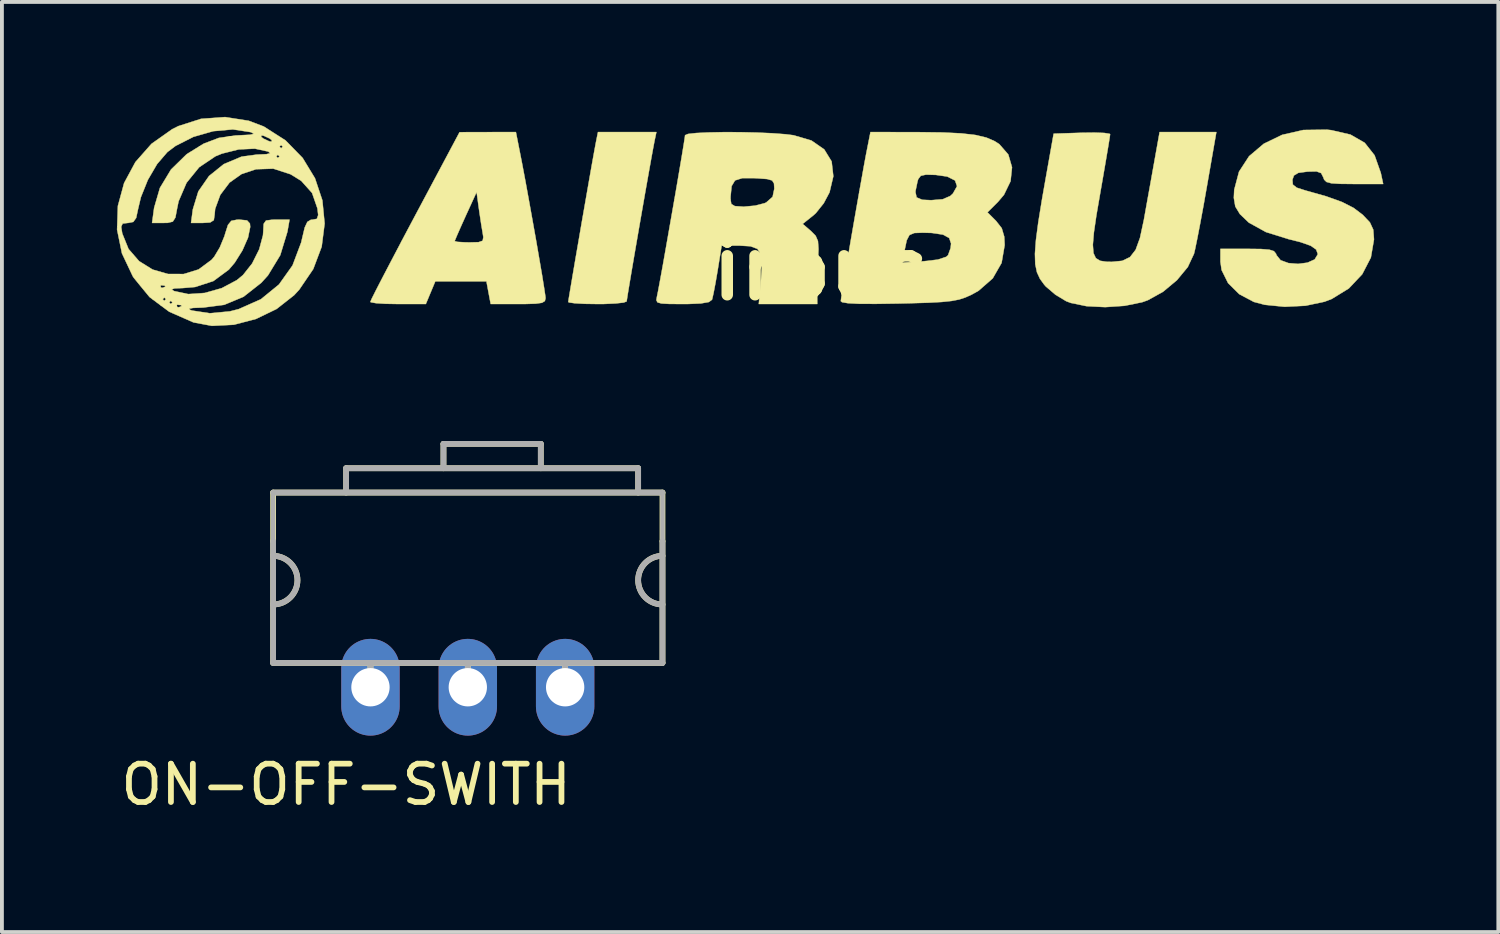
<source format=kicad_pcb>
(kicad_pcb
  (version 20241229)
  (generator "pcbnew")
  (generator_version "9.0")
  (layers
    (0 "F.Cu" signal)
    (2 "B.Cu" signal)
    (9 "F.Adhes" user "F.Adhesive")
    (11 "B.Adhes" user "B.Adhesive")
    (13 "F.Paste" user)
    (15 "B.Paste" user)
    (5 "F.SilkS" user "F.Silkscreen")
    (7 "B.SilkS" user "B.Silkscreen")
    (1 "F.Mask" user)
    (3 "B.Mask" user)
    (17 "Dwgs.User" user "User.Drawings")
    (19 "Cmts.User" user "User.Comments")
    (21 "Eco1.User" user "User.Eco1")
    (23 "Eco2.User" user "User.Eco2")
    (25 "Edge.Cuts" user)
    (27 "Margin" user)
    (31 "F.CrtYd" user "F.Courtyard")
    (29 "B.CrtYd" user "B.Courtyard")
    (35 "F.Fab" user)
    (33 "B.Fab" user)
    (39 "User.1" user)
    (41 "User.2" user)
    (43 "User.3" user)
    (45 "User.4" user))
  (footprint "ON-OFF-SWITH"
    (layer "F.Cu")
    (at 9.157 12.343)
    (property "Reference" "ON-OFF-SWITH" (at -3.175 5.08 0) (layer "F.SilkS") (effects (font (size 1 1) (thickness 0.15))))
    (attr through_hole)
    (fp_line (start -5.08 -2.54) (end -5.08 -1.27) (stroke (width 0.15) (type solid)) (layer "F.SilkS"))
    (fp_line (start -5.08 -2.54) (end 5.08 -2.54) (stroke (width 0.15) (type solid)) (layer "F.SilkS"))
    (fp_line (start -5.08 1.905) (end -5.08 -1.27) (stroke (width 0.15) (type solid)) (layer "F.SilkS"))
    (fp_line (start -5.08 1.905) (end 5.08 1.905) (stroke (width 0.15) (type solid)) (layer "F.SilkS"))
    (fp_line (start -3.175 -3.175) (end 4.445 -3.175) (stroke (width 0.15) (type solid)) (layer "F.SilkS"))
    (fp_line (start -3.175 -2.54) (end -3.175 -3.175) (stroke (width 0.15) (type solid)) (layer "F.SilkS"))
    (fp_line (start -2.54 2.54) (end -2.54 1.905) (stroke (width 0.15) (type solid)) (layer "F.SilkS"))
    (fp_line (start -0.635 -3.81) (end 1.905 -3.81) (stroke (width 0.15) (type solid)) (layer "F.SilkS"))
    (fp_line (start -0.635 -3.175) (end -0.635 -3.81) (stroke (width 0.15) (type solid)) (layer "F.SilkS"))
    (fp_line (start 0 2.54) (end 0 1.905) (stroke (width 0.15) (type solid)) (layer "F.SilkS"))
    (fp_line (start 1.905 -3.81) (end 1.905 -3.175) (stroke (width 0.15) (type solid)) (layer "F.SilkS"))
    (fp_line (start 2.54 2.54) (end 2.54 1.905) (stroke (width 0.15) (type solid)) (layer "F.SilkS"))
    (fp_line (start 4.445 -3.175) (end 4.445 -2.54) (stroke (width 0.15) (type solid)) (layer "F.SilkS"))
    (fp_line (start 5.08 -2.54) (end 5.08 -1.27) (stroke (width 0.15) (type solid)) (layer "F.SilkS"))
    (fp_line (start 5.08 -1.27) (end 5.08 1.905) (stroke (width 0.15) (type solid)) (layer "F.SilkS"))
    (fp_arc (start -5.08 -0.889) (mid -4.445 -0.254) (end -5.08 0.381) (stroke (width 0.15) (type solid)) (layer "F.SilkS"))
    (fp_arc (start 5.08 0.381) (mid 4.445 -0.254) (end 5.08 -0.889) (stroke (width 0.15) (type solid)) (layer "F.SilkS"))
    (fp_line (start -5.08 -2.54) (end -5.08 -1.27) (stroke (width 0.12) (type solid)) (layer "F.Fab"))
    (fp_line (start -5.08 -2.54) (end 5.08 -2.54) (stroke (width 0.15) (type solid)) (layer "F.Fab"))
    (fp_line (start -5.08 1.905) (end -5.08 -1.27) (stroke (width 0.15) (type solid)) (layer "F.Fab"))
    (fp_line (start -5.08 1.905) (end 5.08 1.905) (stroke (width 0.15) (type solid)) (layer "F.Fab"))
    (fp_line (start -3.175 -3.175) (end 4.445 -3.175) (stroke (width 0.15) (type solid)) (layer "F.Fab"))
    (fp_line (start -3.175 -2.54) (end -3.175 -3.175) (stroke (width 0.15) (type solid)) (layer "F.Fab"))
    (fp_line (start -2.54 2.54) (end -2.54 1.905) (stroke (width 0.15) (type solid)) (layer "F.Fab"))
    (fp_line (start -0.635 -3.81) (end 1.905 -3.81) (stroke (width 0.15) (type solid)) (layer "F.Fab"))
    (fp_line (start -0.635 -3.175) (end -0.635 -3.81) (stroke (width 0.15) (type solid)) (layer "F.Fab"))
    (fp_line (start 0 2.54) (end 0 1.905) (stroke (width 0.15) (type solid)) (layer "F.Fab"))
    (fp_line (start 1.905 -3.81) (end 1.905 -3.175) (stroke (width 0.15) (type solid)) (layer "F.Fab"))
    (fp_line (start 2.54 2.54) (end 2.54 1.905) (stroke (width 0.15) (type solid)) (layer "F.Fab"))
    (fp_line (start 4.445 -3.175) (end 4.445 -2.54) (stroke (width 0.15) (type solid)) (layer "F.Fab"))
    (fp_line (start 5.08 -2.54) (end 5.08 -1.27) (stroke (width 0.12) (type solid)) (layer "F.Fab"))
    (fp_line (start 5.08 -1.27) (end 5.08 1.905) (stroke (width 0.15) (type solid)) (layer "F.Fab"))
    (fp_arc (start -5.08 -0.889) (mid -4.445 -0.254) (end -5.08 0.381) (stroke (width 0.15) (type solid)) (layer "F.Fab"))
    (fp_arc (start 5.08 0.381) (mid 4.445 -0.254) (end 5.08 -0.889) (stroke (width 0.15) (type solid)) (layer "F.Fab"))
    (pad "1" thru_hole oval (at -2.54 2.54) (size 1.524 2.524) (drill 1) (layers "*.Cu" "*.Mask"))
    (pad "2" thru_hole oval (at 0 2.54) (size 1.524 2.524) (drill 1) (layers "*.Cu" "*.Mask"))
    (pad "3" thru_hole oval (at 2.54 2.54) (size 1.524 2.524) (drill 1) (layers "*.Cu" "*.Mask")))
  (footprint "airbus"
    (layer "F.Cu")
    (at 17.705 2.682)
    (property "Reference" "airbus" (at 0 1.27 0) (layer "F.SilkS") (effects (font (size 1.524 1.524) (thickness 0.3))))
    (attr exclude_from_pos_files exclude_from_bom)
    (fp_poly (pts (xy -3.676 -2.053) (xy -3.708 -1.884) (xy -3.762 -1.59) (xy -3.832 -1.198) (xy -3.914 -0.736) (xy -4.002 -0.233) (xy -4.092 0.284) (xy -4.179 0.788) (xy -4.258 1.249) (xy -4.324 1.641) (xy -4.373 1.936) (xy -4.399 2.104) (xy -4.403 2.133) (xy -4.481 2.163) (xy -4.691 2.186) (xy -4.995 2.2) (xy -5.165 2.201) (xy -5.5 2.196) (xy -5.76 2.181) (xy -5.907 2.16) (xy -5.927 2.148) (xy -5.913 2.053) (xy -5.874 1.82) (xy -5.816 1.475) (xy -5.743 1.046) (xy -5.659 0.561) (xy -5.571 0.048) (xy -5.481 -0.466) (xy -5.396 -0.953) (xy -5.32 -1.386) (xy -5.257 -1.736) (xy -5.213 -1.976) (xy -5.198 -2.053) (xy -5.151 -2.286) (xy -3.627 -2.286) (xy -3.676 -2.053)) (stroke (width 0.01) (type solid)) (fill yes) (layer "F.SilkS"))
    (fp_poly (pts (xy -7.205 -1.841) (xy -7.131 -1.464) (xy -7.045 -1.008) (xy -6.953 -0.502) (xy -6.858 0.026) (xy -6.765 0.547) (xy -6.681 1.033) (xy -6.609 1.454) (xy -6.556 1.784) (xy -6.525 1.993) (xy -6.519 2.048) (xy -6.537 2.123) (xy -6.612 2.169) (xy -6.777 2.192) (xy -7.065 2.201) (xy -7.235 2.201) (xy -7.951 2.201) (xy -8.007 1.905) (xy -8.062 1.609) (xy -9.396 1.609) (xy -9.643 2.201) (xy -10.367 2.201) (xy -10.694 2.195) (xy -10.944 2.179) (xy -11.078 2.155) (xy -11.091 2.145) (xy -11.053 2.058) (xy -10.945 1.842) (xy -10.776 1.514) (xy -10.557 1.095) (xy -10.298 0.602) (xy -10.277 0.561) (xy -8.89 0.561) (xy -8.814 0.58) (xy -8.622 0.591) (xy -8.502 0.593) (xy -8.267 0.587) (xy -8.16 0.55) (xy -8.143 0.457) (xy -8.158 0.36) (xy -8.196 0.134) (xy -8.241 -0.165) (xy -8.26 -0.296) (xy -8.318 -0.72) (xy -8.604 -0.095) (xy -8.736 0.198) (xy -8.836 0.426) (xy -8.887 0.55) (xy -8.89 0.561) (xy -10.277 0.561) (xy -10.009 0.056) (xy -9.927 -0.098) (xy -8.763 -2.283) (xy -8.028 -2.285) (xy -7.293 -2.286) (xy -7.205 -1.841)) (stroke (width 0.01) (type solid)) (fill yes) (layer "F.SilkS"))
    (fp_poly (pts (xy 10.738 -0.868) (xy 10.65 -0.37) (xy 10.564 0.094) (xy 10.488 0.488) (xy 10.429 0.775) (xy 10.402 0.889) (xy 10.24 1.235) (xy 9.956 1.579) (xy 9.594 1.881) (xy 9.197 2.101) (xy 9.049 2.154) (xy 8.588 2.248) (xy 8.084 2.282) (xy 7.597 2.257) (xy 7.188 2.173) (xy 7.066 2.127) (xy 6.787 1.959) (xy 6.534 1.743) (xy 6.495 1.699) (xy 6.382 1.543) (xy 6.303 1.372) (xy 6.259 1.161) (xy 6.251 0.889) (xy 6.277 0.533) (xy 6.338 0.07) (xy 6.434 -0.523) (xy 6.508 -0.944) (xy 6.739 -2.244) (xy 7.476 -2.268) (xy 7.805 -2.272) (xy 8.058 -2.263) (xy 8.198 -2.241) (xy 8.213 -2.229) (xy 8.199 -2.129) (xy 8.16 -1.89) (xy 8.101 -1.541) (xy 8.027 -1.11) (xy 7.956 -0.702) (xy 7.854 -0.11) (xy 7.789 0.335) (xy 7.762 0.656) (xy 7.778 0.872) (xy 7.84 1.004) (xy 7.951 1.073) (xy 8.115 1.098) (xy 8.255 1.101) (xy 8.529 1.074) (xy 8.731 0.977) (xy 8.879 0.786) (xy 8.992 0.476) (xy 9.09 0.021) (xy 9.092 0.013) (xy 9.172 -0.435) (xy 9.265 -0.95) (xy 9.351 -1.431) (xy 9.364 -1.503) (xy 9.504 -2.286) (xy 10.985 -2.286) (xy 10.738 -0.868)) (stroke (width 0.01) (type solid)) (fill yes) (layer "F.SilkS"))
    (fp_poly (pts (xy 13.98 -2.336) (xy 14.484 -2.22) (xy 14.856 -2.006) (xy 15.114 -1.679) (xy 15.274 -1.226) (xy 15.279 -1.206) (xy 15.338 -0.931) (xy 14.579 -0.931) (xy 14.216 -0.935) (xy 13.988 -0.949) (xy 13.86 -0.983) (xy 13.798 -1.043) (xy 13.775 -1.106) (xy 13.719 -1.215) (xy 13.598 -1.259) (xy 13.363 -1.254) (xy 13.125 -1.222) (xy 13.009 -1.153) (xy 12.97 -1.042) (xy 12.98 -0.917) (xy 13.081 -0.835) (xy 13.309 -0.762) (xy 13.852 -0.609) (xy 14.261 -0.462) (xy 14.566 -0.307) (xy 14.801 -0.129) (xy 14.802 -0.129) (xy 14.992 0.072) (xy 15.079 0.261) (xy 15.098 0.516) (xy 15.017 0.988) (xy 14.791 1.424) (xy 14.442 1.794) (xy 13.997 2.068) (xy 13.806 2.141) (xy 13.31 2.246) (xy 12.766 2.273) (xy 12.247 2.221) (xy 11.963 2.146) (xy 11.581 1.943) (xy 11.29 1.654) (xy 11.122 1.315) (xy 11.091 1.098) (xy 11.091 0.762) (xy 11.801 0.762) (xy 12.152 0.766) (xy 12.369 0.784) (xy 12.487 0.822) (xy 12.542 0.889) (xy 12.554 0.926) (xy 12.661 1.058) (xy 12.866 1.133) (xy 13.117 1.154) (xy 13.362 1.122) (xy 13.55 1.038) (xy 13.631 0.904) (xy 13.631 0.894) (xy 13.589 0.779) (xy 13.447 0.68) (xy 13.18 0.586) (xy 12.869 0.508) (xy 12.277 0.323) (xy 11.832 0.077) (xy 11.599 -0.146) (xy 11.479 -0.344) (xy 11.441 -0.569) (xy 11.451 -0.781) (xy 11.576 -1.252) (xy 11.839 -1.656) (xy 12.222 -1.981) (xy 12.701 -2.213) (xy 13.256 -2.34) (xy 13.866 -2.348) (xy 13.98 -2.336)) (stroke (width 0.01) (type solid)) (fill yes) (layer "F.SilkS"))
    (fp_poly (pts (xy 3.202 -2.284) (xy 3.836 -2.276) (xy 4.326 -2.252) (xy 4.7 -2.209) (xy 4.983 -2.142) (xy 5.202 -2.047) (xy 5.322 -1.969) (xy 5.556 -1.7) (xy 5.653 -1.366) (xy 5.615 -1.004) (xy 5.443 -0.649) (xy 5.296 -0.475) (xy 5.012 -0.191) (xy 5.236 0.033) (xy 5.385 0.223) (xy 5.45 0.444) (xy 5.461 0.664) (xy 5.381 1.128) (xy 5.15 1.531) (xy 4.781 1.854) (xy 4.599 1.956) (xy 4.437 2.029) (xy 4.273 2.083) (xy 4.076 2.121) (xy 3.817 2.148) (xy 3.464 2.167) (xy 2.989 2.181) (xy 2.688 2.188) (xy 2.096 2.197) (xy 1.661 2.195) (xy 1.373 2.18) (xy 1.219 2.154) (xy 1.185 2.126) (xy 1.199 2.017) (xy 1.238 1.77) (xy 1.297 1.414) (xy 1.347 1.12) (xy 2.794 1.12) (xy 3.35 1.085) (xy 3.718 1.042) (xy 3.936 0.97) (xy 3.984 0.927) (xy 4.05 0.741) (xy 4.063 0.624) (xy 4.014 0.479) (xy 3.852 0.39) (xy 3.556 0.346) (xy 3.321 0.34) (xy 3.102 0.348) (xy 2.976 0.401) (xy 2.905 0.538) (xy 2.85 0.799) (xy 2.844 0.835) (xy 2.794 1.12) (xy 1.347 1.12) (xy 1.371 0.978) (xy 1.454 0.489) (xy 1.543 -0.023) (xy 1.632 -0.529) (xy 1.667 -0.729) (xy 3.131 -0.729) (xy 3.163 -0.581) (xy 3.309 -0.519) (xy 3.543 -0.508) (xy 3.846 -0.533) (xy 4.043 -0.619) (xy 4.111 -0.682) (xy 4.218 -0.873) (xy 4.166 -1.023) (xy 3.962 -1.125) (xy 3.664 -1.168) (xy 3.408 -1.175) (xy 3.272 -1.145) (xy 3.206 -1.06) (xy 3.187 -0.999) (xy 3.131 -0.729) (xy 1.667 -0.729) (xy 1.716 -1) (xy 1.789 -1.409) (xy 1.848 -1.726) (xy 1.871 -1.841) (xy 1.959 -2.286) (xy 3.202 -2.284)) (stroke (width 0.01) (type solid)) (fill yes) (layer "F.SilkS"))
    (fp_poly (pts (xy -1.446 -2.283) (xy -1.012 -2.273) (xy -0.604 -2.255) (xy -0.257 -2.229) (xy -0.049 -2.203) (xy 0.419 -2.065) (xy 0.753 -1.833) (xy 0.946 -1.519) (xy 0.99 -1.132) (xy 0.891 -0.713) (xy 0.739 -0.427) (xy 0.535 -0.172) (xy 0.468 -0.111) (xy 0.19 0.111) (xy 0.407 0.297) (xy 0.529 0.421) (xy 0.589 0.559) (xy 0.603 0.769) (xy 0.594 0.982) (xy 0.578 1.333) (xy 0.569 1.681) (xy 0.568 1.841) (xy 0.571 2.201) (xy -0.955 2.201) (xy -0.896 1.559) (xy -0.872 1.165) (xy -0.897 0.909) (xy -0.99 0.762) (xy -1.171 0.694) (xy -1.459 0.677) (xy -1.48 0.677) (xy -1.924 0.677) (xy -2.029 1.328) (xy -2.085 1.653) (xy -2.136 1.92) (xy -2.172 2.077) (xy -2.177 2.09) (xy -2.26 2.15) (xy -2.466 2.186) (xy -2.815 2.201) (xy -2.939 2.201) (xy -3.287 2.199) (xy -3.497 2.187) (xy -3.6 2.157) (xy -3.628 2.099) (xy -3.613 2.011) (xy -3.584 1.869) (xy -3.533 1.595) (xy -3.464 1.217) (xy -3.384 0.765) (xy -3.296 0.264) (xy -3.205 -0.255) (xy -3.157 -0.529) (xy -1.692 -0.529) (xy -1.672 -0.409) (xy -1.58 -0.354) (xy -1.371 -0.34) (xy -1.333 -0.34) (xy -1.05 -0.366) (xy -0.803 -0.43) (xy -0.762 -0.448) (xy -0.594 -0.596) (xy -0.55 -0.807) (xy -0.558 -0.945) (xy -0.607 -1.023) (xy -0.736 -1.06) (xy -0.986 -1.079) (xy -1.069 -1.083) (xy -1.388 -1.083) (xy -1.575 -1.024) (xy -1.664 -0.876) (xy -1.691 -0.606) (xy -1.692 -0.529) (xy -3.157 -0.529) (xy -3.116 -0.765) (xy -3.035 -1.239) (xy -2.966 -1.647) (xy -2.914 -1.963) (xy -2.884 -2.157) (xy -2.879 -2.204) (xy -2.8 -2.237) (xy -2.584 -2.261) (xy -2.265 -2.276) (xy -1.874 -2.284) (xy -1.446 -2.283)) (stroke (width 0.01) (type solid)) (fill yes) (layer "F.SilkS"))
    (fp_poly (pts (xy -14.264 -2.58) (xy -13.872 -2.431) (xy -13.305 -2.069) (xy -12.858 -1.611) (xy -12.536 -1.081) (xy -12.343 -0.503) (xy -12.284 0.101) (xy -12.361 0.706) (xy -12.581 1.289) (xy -12.947 1.827) (xy -13.08 1.971) (xy -13.537 2.33) (xy -14.076 2.591) (xy -14.653 2.742) (xy -15.225 2.771) (xy -15.706 2.681) (xy -16.34 2.402) (xy -16.571 2.23) (xy -16.143 2.23) (xy -16.131 2.28) (xy -16.087 2.286) (xy -16.017 2.255) (xy -16.03 2.23) (xy -16.131 2.219) (xy -16.143 2.23) (xy -16.571 2.23) (xy -16.666 2.159) (xy -16.341 2.159) (xy -16.298 2.201) (xy -16.256 2.159) (xy -16.298 2.117) (xy -16.341 2.159) (xy -16.666 2.159) (xy -16.779 2.074) (xy -16.51 2.074) (xy -16.468 2.117) (xy -16.425 2.074) (xy -16.468 2.032) (xy -16.51 2.074) (xy -16.779 2.074) (xy -16.852 2.02) (xy -17.097 1.722) (xy -16.566 1.722) (xy -16.555 1.772) (xy -16.51 1.778) (xy -16.44 1.747) (xy -16.454 1.722) (xy -16.554 1.711) (xy -16.566 1.722) (xy -17.097 1.722) (xy -17.264 1.517) (xy -17.292 1.474) (xy -17.573 0.879) (xy -17.7 0.26) (xy -17.697 0.185) (xy -17.593 0.185) (xy -17.565 0.36) (xy -17.401 0.765) (xy -17.126 1.082) (xy -16.773 1.302) (xy -16.374 1.417) (xy -15.963 1.419) (xy -15.573 1.299) (xy -15.235 1.048) (xy -15.164 0.966) (xy -15.02 0.725) (xy -14.898 0.429) (xy -14.879 0.363) (xy -14.806 0.137) (xy -14.72 0.031) (xy -14.572 0.001) (xy -14.503 0) (xy -14.309 0.019) (xy -14.234 0.1) (xy -14.226 0.191) (xy -14.283 0.469) (xy -14.429 0.802) (xy -14.63 1.123) (xy -14.783 1.303) (xy -15.187 1.602) (xy -15.662 1.757) (xy -15.978 1.784) (xy -16.205 1.794) (xy -16.277 1.82) (xy -16.214 1.863) (xy -15.843 1.942) (xy -15.41 1.912) (xy -14.969 1.787) (xy -14.577 1.579) (xy -14.415 1.446) (xy -14.176 1.144) (xy -13.991 0.774) (xy -13.893 0.409) (xy -13.885 0.3) (xy -13.875 0.109) (xy -13.814 0.023) (xy -13.651 0.001) (xy -13.543 0) (xy -13.2 0) (xy -13.256 0.318) (xy -13.442 0.927) (xy -13.763 1.455) (xy -13.937 1.647) (xy -14.401 2.012) (xy -14.905 2.222) (xy -15.452 2.293) (xy -15.716 2.303) (xy -15.824 2.323) (xy -15.788 2.357) (xy -15.748 2.371) (xy -15.283 2.442) (xy -14.757 2.393) (xy -14.526 2.334) (xy -13.948 2.077) (xy -13.476 1.692) (xy -13.121 1.193) (xy -12.895 0.593) (xy -12.871 0.487) (xy -12.804 0.206) (xy -12.735 0.058) (xy -12.643 0.003) (xy -12.598 0) (xy -12.485 -0.022) (xy -12.452 -0.121) (xy -12.472 -0.294) (xy -12.612 -0.697) (xy -12.895 -1.013) (xy -13.171 -1.184) (xy -13.623 -1.331) (xy -14.075 -1.316) (xy -14.452 -1.19) (xy -14.765 -0.968) (xy -15.007 -0.647) (xy -15.141 -0.283) (xy -15.155 -0.13) (xy -15.176 0.013) (xy -15.27 0.073) (xy -15.463 0.085) (xy -15.77 0.085) (xy -15.723 -0.268) (xy -15.58 -0.737) (xy -15.301 -1.139) (xy -14.916 -1.449) (xy -14.455 -1.643) (xy -14.398 -1.651) (xy -13.547 -1.651) (xy -13.504 -1.609) (xy -13.462 -1.651) (xy -13.504 -1.693) (xy -13.547 -1.651) (xy -14.398 -1.651) (xy -14.055 -1.698) (xy -13.801 -1.709) (xy -13.705 -1.734) (xy -13.755 -1.776) (xy -13.758 -1.778) (xy -14.104 -1.853) (xy -14.526 -1.833) (xy -14.962 -1.724) (xy -15.133 -1.654) (xy -15.558 -1.368) (xy -15.887 -0.963) (xy -16.095 -0.479) (xy -16.135 -0.285) (xy -16.178 -0.056) (xy -16.246 0.051) (xy -16.382 0.083) (xy -16.489 0.085) (xy -16.787 0.085) (xy -16.733 -0.311) (xy -16.582 -0.829) (xy -16.293 -1.308) (xy -15.897 -1.696) (xy -15.862 -1.722) (xy -15.566 -1.905) (xy -13.462 -1.905) (xy -13.42 -1.863) (xy -13.377 -1.905) (xy -13.42 -1.947) (xy -13.462 -1.905) (xy -15.566 -1.905) (xy -15.44 -1.983) (xy -15.046 -2.133) (xy -14.833 -2.164) (xy -13.943 -2.164) (xy -13.885 -2.117) (xy -13.731 -2.045) (xy -13.674 -2.035) (xy -13.659 -2.07) (xy -13.716 -2.117) (xy -13.87 -2.188) (xy -13.928 -2.199) (xy -13.943 -2.164) (xy -14.833 -2.164) (xy -14.604 -2.197) (xy -14.478 -2.203) (xy -14.23 -2.216) (xy -14.136 -2.237) (xy -14.182 -2.271) (xy -14.224 -2.286) (xy -14.679 -2.355) (xy -15.192 -2.309) (xy -15.708 -2.161) (xy -16.175 -1.924) (xy -16.387 -1.764) (xy -16.655 -1.452) (xy -16.897 -1.038) (xy -17.079 -0.586) (xy -17.153 -0.275) (xy -17.202 -0.046) (xy -17.277 0.059) (xy -17.409 0.085) (xy -17.417 0.085) (xy -17.554 0.101) (xy -17.593 0.185) (xy -17.697 0.185) (xy -17.679 -0.359) (xy -17.517 -0.955) (xy -17.222 -1.503) (xy -16.802 -1.979) (xy -16.263 -2.36) (xy -16.102 -2.441) (xy -15.51 -2.631) (xy -14.881 -2.677) (xy -14.264 -2.58)) (stroke (width 0.01) (type solid)) (fill yes) (layer "F.SilkS")))
  (gr_rect
    (start -3 -3)
    (end 36.048 21.271)
    (stroke (width 0.1) (type default))
    (fill no)
    (layer "Edge.Cuts")))
</source>
